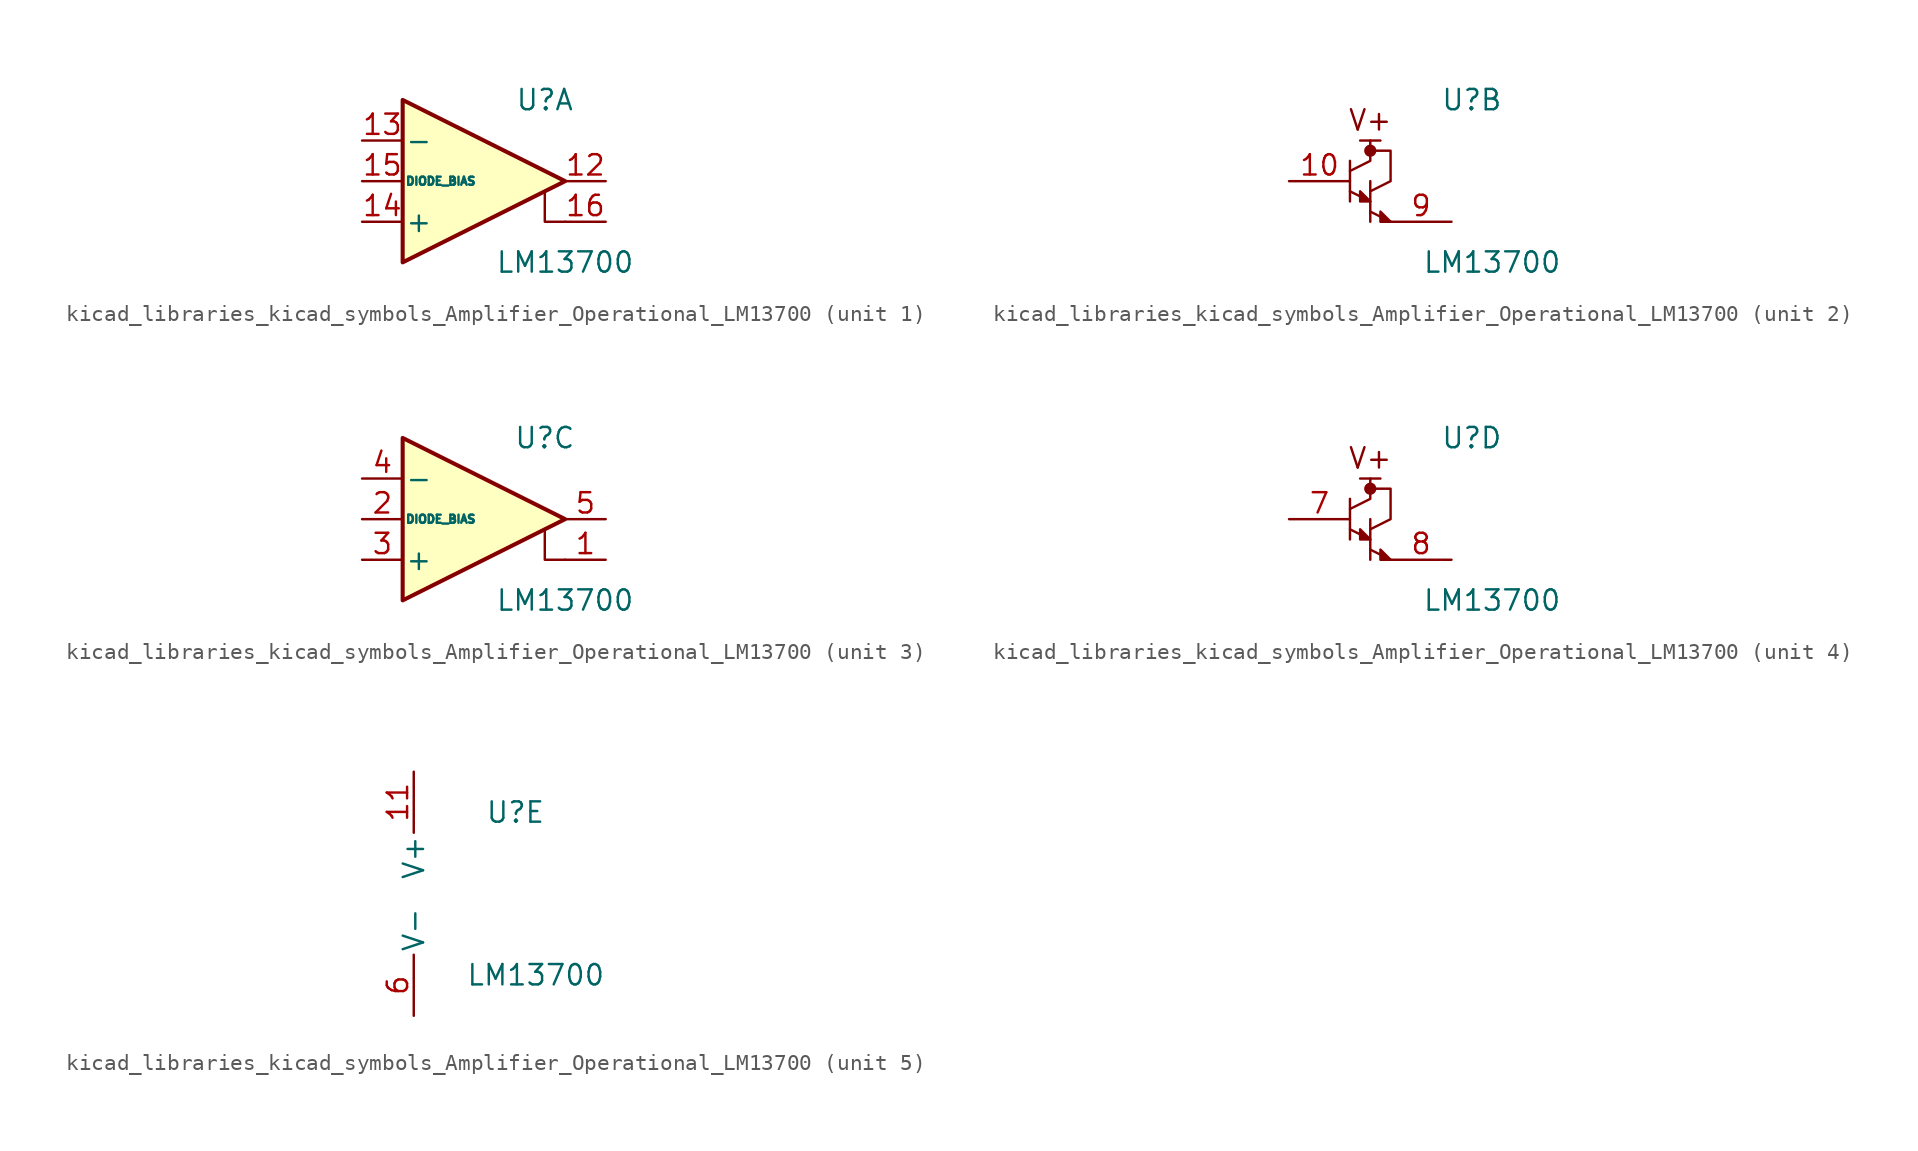
<source format=kicad_sym>
(kicad_symbol_lib
  (version 20220914)
  (generator kicad_symbol_editor)
  (symbol "kicad_libraries_kicad_symbols_Amplifier_Operational_LM13700"
    (pin_names
      (offset 0.127))
    (property "Reference" "U"
      (at 3.81 5.08 0)
      (effects (font (size 1.27 1.27))))
    (property "Value" "LM13700"
      (at 5.08 -5.08 0)
      (effects (font (size 1.27 1.27))))
    (property "ki_locked" ""
      (at 0 0 0)
      (effects (font (size 1.27 1.27))))
    (symbol "kicad_libraries_kicad_symbols_Amplifier_Operational_LM13700_1_1"
      (polyline (pts (xy 3.81 -0.635) (xy 3.81 -2.54) (xy 5.08 -2.54)) (stroke (width 0) (type default)) (fill (type none)))
      (polyline (pts (xy 5.08 0) (xy -5.08 -5.08) (xy -5.08 5.08) (xy 5.08 0)) (stroke (width 0.254) (type default)) (fill (type background)))
      (pin output line (at 7.62 0 180) (length 2.54) (name "~" (effects (font (size 1.27 1.27)))) (number "12" (effects (font (size 1.27 1.27)))))
      (pin input line (at -7.62 2.54 0) (length 2.54) (name "-" (effects (font (size 1.27 1.27)))) (number "13" (effects (font (size 1.27 1.27)))))
      (pin input line (at -7.62 -2.54 0) (length 2.54) (name "+" (effects (font (size 1.27 1.27)))) (number "14" (effects (font (size 1.27 1.27)))))
      (pin input line (at -7.62 0 0) (length 2.54) (name "DIODE_BIAS" (effects (font (size 0.508 0.508)))) (number "15" (effects (font (size 1.27 1.27)))))
      (pin input line (at 7.62 -2.54 180) (length 2.54) (name "~" (effects (font (size 1.27 1.27)))) (number "16" (effects (font (size 1.27 1.27))))))
    (symbol "kicad_libraries_kicad_symbols_Amplifier_Operational_LM13700_2_0"
      (polyline (pts (xy -1.905 2.54) (xy -3.175 2.54)) (stroke (width 0) (type default)) (fill (type none))))
    (symbol "kicad_libraries_kicad_symbols_Amplifier_Operational_LM13700_2_1"
      (circle (center -2.54 1.905) (radius 0.254) (stroke (width 0.254) (type default)) (fill (type outline)))
      (polyline (pts (xy -3.81 -0.635) (xy -2.54 -1.27)) (stroke (width 0) (type default)) (fill (type none)))
      (polyline (pts (xy -3.81 1.27) (xy -3.81 -1.27)) (stroke (width 0) (type default)) (fill (type none)))
      (polyline (pts (xy -2.54 -1.905) (xy -1.27 -2.54)) (stroke (width 0) (type default)) (fill (type none)))
      (polyline (pts (xy -2.54 0) (xy -2.54 -2.54)) (stroke (width 0) (type default)) (fill (type none)))
      (polyline (pts (xy -3.81 0.635) (xy -2.54 1.27) (xy -2.54 1.905) (xy -2.54 2.54)) (stroke (width 0) (type default)) (fill (type none)))
      (polyline (pts (xy -2.54 -1.27) (xy -3.175 -0.635) (xy -3.175 -1.27) (xy -2.54 -1.27)) (stroke (width 0) (type default)) (fill (type outline)))
      (polyline (pts (xy -2.54 -0.635) (xy -1.27 0) (xy -1.27 1.905) (xy -2.54 1.905)) (stroke (width 0) (type default)) (fill (type none)))
      (polyline (pts (xy -1.27 -2.54) (xy -1.905 -1.905) (xy -1.905 -2.54) (xy -1.27 -2.54)) (stroke (width 0) (type default)) (fill (type outline)))
      (text "V+" (at -2.54 3.81 0) (effects (font (size 1.27 1.27))))
      (pin input line (at -7.62 0 0) (length 3.81) (name "~" (effects (font (size 1.27 1.27)))) (number "10" (effects (font (size 1.27 1.27)))))
      (pin output line (at 2.54 -2.54 180) (length 3.81) (name "~" (effects (font (size 1.27 1.27)))) (number "9" (effects (font (size 1.27 1.27))))))
    (symbol "kicad_libraries_kicad_symbols_Amplifier_Operational_LM13700_3_1"
      (polyline (pts (xy 3.81 -0.635) (xy 3.81 -2.54) (xy 5.08 -2.54)) (stroke (width 0) (type default)) (fill (type none)))
      (polyline (pts (xy 5.08 0) (xy -5.08 -5.08) (xy -5.08 5.08) (xy 5.08 0)) (stroke (width 0.254) (type default)) (fill (type background)))
      (pin input line (at 7.62 -2.54 180) (length 2.54) (name "~" (effects (font (size 1.27 1.27)))) (number "1" (effects (font (size 1.27 1.27)))))
      (pin input line (at -7.62 0 0) (length 2.54) (name "DIODE_BIAS" (effects (font (size 0.508 0.508)))) (number "2" (effects (font (size 1.27 1.27)))))
      (pin input line (at -7.62 -2.54 0) (length 2.54) (name "+" (effects (font (size 1.27 1.27)))) (number "3" (effects (font (size 1.27 1.27)))))
      (pin input line (at -7.62 2.54 0) (length 2.54) (name "-" (effects (font (size 1.27 1.27)))) (number "4" (effects (font (size 1.27 1.27)))))
      (pin output line (at 7.62 0 180) (length 2.54) (name "~" (effects (font (size 1.27 1.27)))) (number "5" (effects (font (size 1.27 1.27))))))
    (symbol "kicad_libraries_kicad_symbols_Amplifier_Operational_LM13700_4_0"
      (polyline (pts (xy -3.175 2.54) (xy -1.905 2.54)) (stroke (width 0) (type default)) (fill (type none)))
      (text "V+" (at -2.54 3.81 0) (effects (font (size 1.27 1.27)))))
    (symbol "kicad_libraries_kicad_symbols_Amplifier_Operational_LM13700_4_1"
      (circle (center -2.54 1.905) (radius 0.254) (stroke (width 0.254) (type default)) (fill (type outline)))
      (polyline (pts (xy -3.81 -0.635) (xy -2.54 -1.27)) (stroke (width 0) (type default)) (fill (type none)))
      (polyline (pts (xy -3.81 1.27) (xy -3.81 -1.27)) (stroke (width 0) (type default)) (fill (type none)))
      (polyline (pts (xy -2.54 -1.905) (xy -1.27 -2.54)) (stroke (width 0) (type default)) (fill (type none)))
      (polyline (pts (xy -2.54 0) (xy -2.54 -2.54)) (stroke (width 0) (type default)) (fill (type none)))
      (polyline (pts (xy -3.81 0.635) (xy -2.54 1.27) (xy -2.54 2.54)) (stroke (width 0) (type default)) (fill (type none)))
      (polyline (pts (xy -2.54 -1.27) (xy -3.175 -0.635) (xy -3.175 -1.27) (xy -2.54 -1.27)) (stroke (width 0) (type default)) (fill (type outline)))
      (polyline (pts (xy -2.54 -0.635) (xy -1.27 0) (xy -1.27 1.905) (xy -2.54 1.905)) (stroke (width 0) (type default)) (fill (type none)))
      (polyline (pts (xy -1.27 -2.54) (xy -1.905 -1.905) (xy -1.905 -2.54) (xy -1.27 -2.54)) (stroke (width 0) (type default)) (fill (type outline)))
      (pin input line (at -7.62 0 0) (length 3.81) (name "~" (effects (font (size 1.27 1.27)))) (number "7" (effects (font (size 1.27 1.27)))))
      (pin output line (at 2.54 -2.54 180) (length 3.81) (name "~" (effects (font (size 1.27 1.27)))) (number "8" (effects (font (size 1.27 1.27))))))
    (symbol "kicad_libraries_kicad_symbols_Amplifier_Operational_LM13700_5_1"
      (pin power_in line (at -2.54 7.62 270) (length 3.81) (name "V+" (effects (font (size 1.27 1.27)))) (number "11" (effects (font (size 1.27 1.27)))))
      (pin power_in line (at -2.54 -7.62 90) (length 3.81) (name "V-" (effects (font (size 1.27 1.27)))) (number "6" (effects (font (size 1.27 1.27))))))))
</source>
